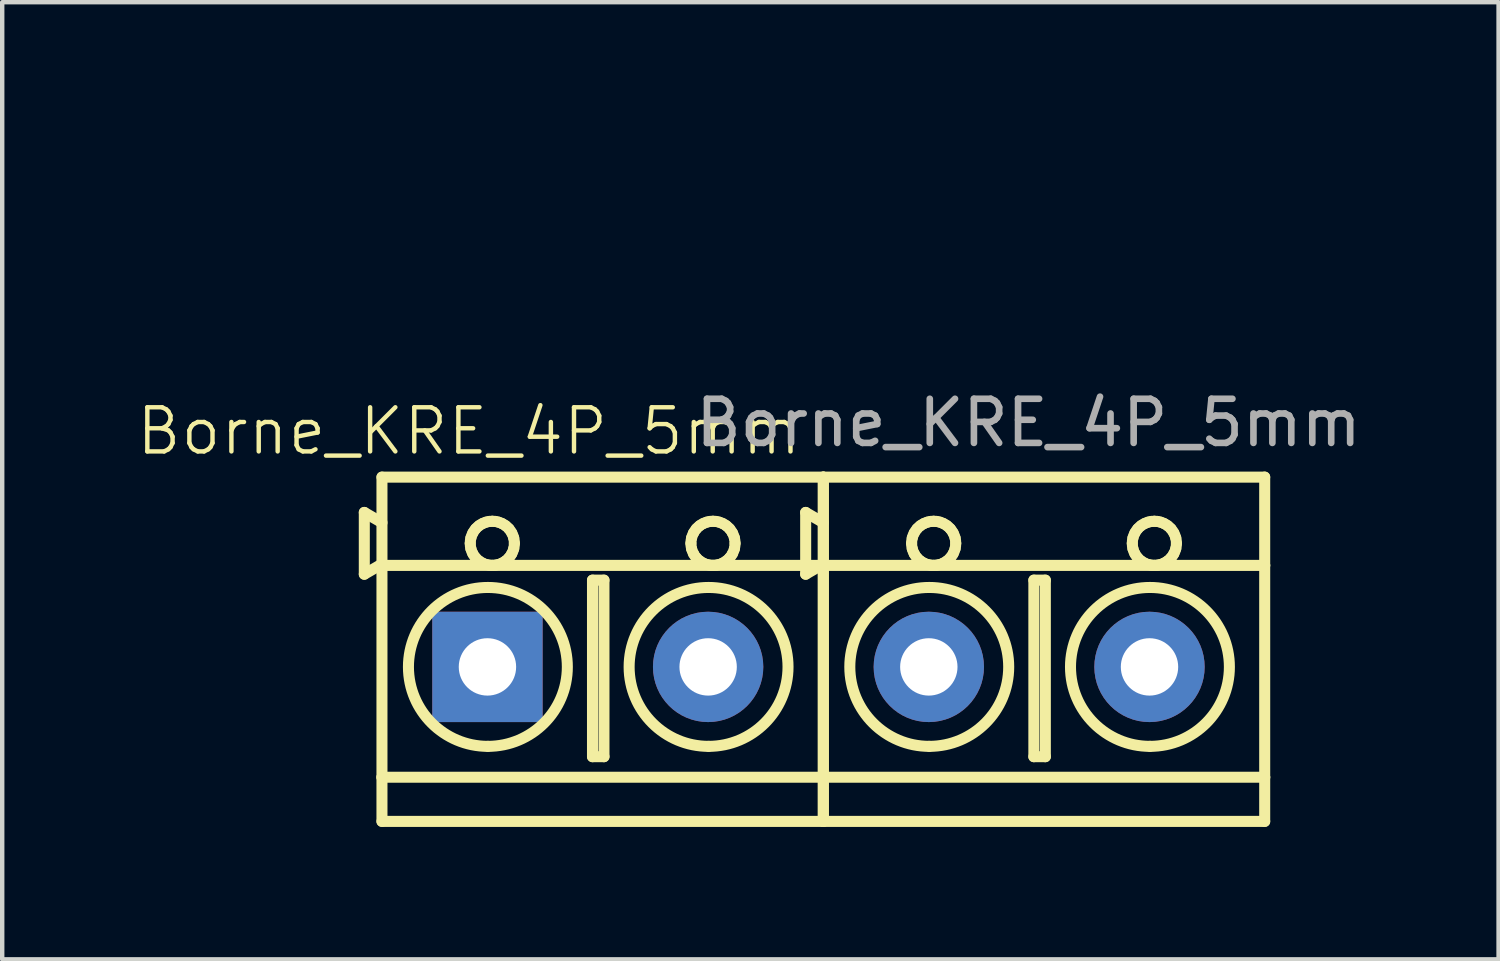
<source format=kicad_pcb>
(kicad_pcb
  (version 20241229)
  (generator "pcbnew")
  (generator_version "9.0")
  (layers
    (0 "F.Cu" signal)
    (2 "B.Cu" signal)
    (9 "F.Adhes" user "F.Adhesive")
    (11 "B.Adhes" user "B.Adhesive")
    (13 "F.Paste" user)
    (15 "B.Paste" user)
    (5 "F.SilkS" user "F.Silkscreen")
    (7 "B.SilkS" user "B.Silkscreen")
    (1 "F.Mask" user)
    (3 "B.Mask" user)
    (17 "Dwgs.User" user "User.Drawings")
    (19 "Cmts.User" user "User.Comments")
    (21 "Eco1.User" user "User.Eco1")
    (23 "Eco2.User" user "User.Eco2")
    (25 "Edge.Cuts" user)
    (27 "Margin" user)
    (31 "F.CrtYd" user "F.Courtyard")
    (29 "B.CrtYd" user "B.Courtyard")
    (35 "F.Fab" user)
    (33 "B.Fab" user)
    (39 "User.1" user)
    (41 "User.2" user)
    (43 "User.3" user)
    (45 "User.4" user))
  (footprint "Borne_KRE_4P_5mm"
    (layer "F.Cu")
    (at 0.784 0.25)
    (property "Reference" "Borne_KRE_4P_5mm" (at 6.79 6.47 0) (unlocked yes) (layer "F.SilkS") (effects (font (size 1 1) (thickness 0.1))))
    (attr through_hole)
    (fp_line (start 4.42 8.31) (end 4.82 8.541) (stroke (width 0.25) (type solid)) (layer "F.SilkS"))
    (fp_line (start 4.42 9.71) (end 4.42 8.31) (stroke (width 0.25) (type solid)) (layer "F.SilkS"))
    (fp_line (start 4.82 7.51) (end 14.82 7.51) (stroke (width 0.25) (type solid)) (layer "F.SilkS"))
    (fp_line (start 4.82 9.479) (end 4.42 9.71) (stroke (width 0.25) (type solid)) (layer "F.SilkS"))
    (fp_line (start 4.82 9.51) (end 4.82 7.51) (stroke (width 0.25) (type solid)) (layer "F.SilkS"))
    (fp_line (start 4.82 9.51) (end 7.32 9.51) (stroke (width 0.25) (type solid)) (layer "F.SilkS"))
    (fp_line (start 4.82 14.31) (end 4.82 9.51) (stroke (width 0.25) (type solid)) (layer "F.SilkS"))
    (fp_line (start 4.82 14.31) (end 14.82 14.31) (stroke (width 0.25) (type solid)) (layer "F.SilkS"))
    (fp_line (start 4.82 15.31) (end 4.82 14.31) (stroke (width 0.25) (type solid)) (layer "F.SilkS"))
    (fp_line (start 4.82 15.31) (end 14.82 15.31) (stroke (width 0.25) (type solid)) (layer "F.SilkS"))
    (fp_line (start 7.32 9.51) (end 12.32 9.51) (stroke (width 0.25) (type solid)) (layer "F.SilkS"))
    (fp_line (start 9.59 9.844) (end 9.59 13.844) (stroke (width 0.25) (type solid)) (layer "F.SilkS"))
    (fp_line (start 9.59 13.844) (end 9.85 13.844) (stroke (width 0.25) (type solid)) (layer "F.SilkS"))
    (fp_line (start 9.85 9.844) (end 9.59 9.844) (stroke (width 0.25) (type solid)) (layer "F.SilkS"))
    (fp_line (start 9.85 13.844) (end 9.85 9.844) (stroke (width 0.25) (type solid)) (layer "F.SilkS"))
    (fp_line (start 12.32 9.51) (end 14.82 9.51) (stroke (width 0.25) (type solid)) (layer "F.SilkS"))
    (fp_line (start 14.42 8.31) (end 14.82 8.541) (stroke (width 0.25) (type solid)) (layer "F.SilkS"))
    (fp_line (start 14.42 9.71) (end 14.42 8.31) (stroke (width 0.25) (type solid)) (layer "F.SilkS"))
    (fp_line (start 14.82 7.51) (end 24.82 7.51) (stroke (width 0.25) (type solid)) (layer "F.SilkS"))
    (fp_line (start 14.82 9.479) (end 14.42 9.71) (stroke (width 0.25) (type solid)) (layer "F.SilkS"))
    (fp_line (start 14.82 9.51) (end 14.82 7.51) (stroke (width 0.25) (type solid)) (layer "F.SilkS"))
    (fp_line (start 14.82 9.51) (end 14.82 7.51) (stroke (width 0.25) (type solid)) (layer "F.SilkS"))
    (fp_line (start 14.82 9.51) (end 17.32 9.51) (stroke (width 0.25) (type solid)) (layer "F.SilkS"))
    (fp_line (start 14.82 14.31) (end 14.82 9.51) (stroke (width 0.25) (type solid)) (layer "F.SilkS"))
    (fp_line (start 14.82 14.31) (end 14.82 9.51) (stroke (width 0.25) (type solid)) (layer "F.SilkS"))
    (fp_line (start 14.82 14.31) (end 24.82 14.31) (stroke (width 0.25) (type solid)) (layer "F.SilkS"))
    (fp_line (start 14.82 15.31) (end 14.82 14.31) (stroke (width 0.25) (type solid)) (layer "F.SilkS"))
    (fp_line (start 14.82 15.31) (end 14.82 14.31) (stroke (width 0.25) (type solid)) (layer "F.SilkS"))
    (fp_line (start 14.82 15.31) (end 24.82 15.31) (stroke (width 0.25) (type solid)) (layer "F.SilkS"))
    (fp_line (start 17.32 9.51) (end 22.32 9.51) (stroke (width 0.25) (type solid)) (layer "F.SilkS"))
    (fp_line (start 19.59 9.844) (end 19.59 13.844) (stroke (width 0.25) (type solid)) (layer "F.SilkS"))
    (fp_line (start 19.59 13.844) (end 19.85 13.844) (stroke (width 0.25) (type solid)) (layer "F.SilkS"))
    (fp_line (start 19.85 9.844) (end 19.59 9.844) (stroke (width 0.25) (type solid)) (layer "F.SilkS"))
    (fp_line (start 19.85 13.844) (end 19.85 9.844) (stroke (width 0.25) (type solid)) (layer "F.SilkS"))
    (fp_line (start 22.32 9.51) (end 24.82 9.51) (stroke (width 0.25) (type solid)) (layer "F.SilkS"))
    (fp_line (start 24.82 9.51) (end 24.82 7.51) (stroke (width 0.25) (type solid)) (layer "F.SilkS"))
    (fp_line (start 24.82 14.31) (end 24.82 9.51) (stroke (width 0.25) (type solid)) (layer "F.SilkS"))
    (fp_line (start 24.82 15.31) (end 24.82 14.31) (stroke (width 0.25) (type solid)) (layer "F.SilkS"))
    (fp_arc (start 7.22 10.01) (mid 9.020017 11.81) (end 7.22 13.61) (stroke (width 0.25) (type solid)) (layer "F.SilkS"))
    (fp_arc (start 7.22 13.61) (mid 5.420017 11.81) (end 7.22 10.01) (stroke (width 0.25) (type solid)) (layer "F.SilkS"))
    (fp_arc (start 12.22 10.01) (mid 14.02 11.81) (end 12.22 13.61) (stroke (width 0.25) (type solid)) (layer "F.SilkS"))
    (fp_arc (start 12.22 13.61) (mid 10.419997 11.81) (end 12.22 10.01) (stroke (width 0.25) (type solid)) (layer "F.SilkS"))
    (fp_arc (start 17.22 10.01) (mid 19.020017 11.81) (end 17.22 13.61) (stroke (width 0.25) (type solid)) (layer "F.SilkS"))
    (fp_arc (start 17.22 13.61) (mid 15.420017 11.81) (end 17.22 10.01) (stroke (width 0.25) (type solid)) (layer "F.SilkS"))
    (fp_arc (start 22.22 10.01) (mid 24.02 11.81) (end 22.22 13.61) (stroke (width 0.25) (type solid)) (layer "F.SilkS"))
    (fp_arc (start 22.22 13.61) (mid 20.419997 11.81) (end 22.22 10.01) (stroke (width 0.25) (type solid)) (layer "F.SilkS"))
    (fp_curve (pts (xy 6.82 9.01) (xy 6.82 8.969) (xy 6.825 8.928) (xy 6.835 8.887)) (stroke (width 0.25) (type solid)) (layer "F.SilkS"))
    (fp_curve (pts (xy 6.835 8.887) (xy 6.845 8.849) (xy 6.859 8.811) (xy 6.879 8.775)) (stroke (width 0.25) (type solid)) (layer "F.SilkS"))
    (fp_curve (pts (xy 6.835 9.133) (xy 6.825 9.092) (xy 6.82 9.051) (xy 6.82 9.01)) (stroke (width 0.25) (type solid)) (layer "F.SilkS"))
    (fp_curve (pts (xy 6.879 8.775) (xy 6.896 8.743) (xy 6.917 8.711) (xy 6.943 8.681)) (stroke (width 0.25) (type solid)) (layer "F.SilkS"))
    (fp_curve (pts (xy 6.879 9.245) (xy 6.859 9.209) (xy 6.845 9.171) (xy 6.835 9.133)) (stroke (width 0.25) (type solid)) (layer "F.SilkS"))
    (fp_curve (pts (xy 6.943 8.681) (xy 6.965 8.656) (xy 6.99 8.632) (xy 7.02 8.61)) (stroke (width 0.25) (type solid)) (layer "F.SilkS"))
    (fp_curve (pts (xy 6.943 9.339) (xy 6.917 9.309) (xy 6.896 9.277) (xy 6.879 9.245)) (stroke (width 0.25) (type solid)) (layer "F.SilkS"))
    (fp_curve (pts (xy 7.02 8.61) (xy 7.044 8.592) (xy 7.071 8.575) (xy 7.101 8.561)) (stroke (width 0.25) (type solid)) (layer "F.SilkS"))
    (fp_curve (pts (xy 7.02 9.41) (xy 6.99 9.388) (xy 6.965 9.364) (xy 6.943 9.339)) (stroke (width 0.25) (type solid)) (layer "F.SilkS"))
    (fp_curve (pts (xy 7.101 8.561) (xy 7.125 8.549) (xy 7.151 8.538) (xy 7.18 8.53)) (stroke (width 0.25) (type solid)) (layer "F.SilkS"))
    (fp_curve (pts (xy 7.101 9.459) (xy 7.071 9.445) (xy 7.044 9.428) (xy 7.02 9.41)) (stroke (width 0.25) (type solid)) (layer "F.SilkS"))
    (fp_curve (pts (xy 7.18 8.53) (xy 7.203 8.523) (xy 7.228 8.518) (xy 7.254 8.514)) (stroke (width 0.25) (type solid)) (layer "F.SilkS"))
    (fp_curve (pts (xy 7.18 9.49) (xy 7.151 9.482) (xy 7.125 9.471) (xy 7.101 9.459)) (stroke (width 0.25) (type solid)) (layer "F.SilkS"))
    (fp_curve (pts (xy 7.254 8.514) (xy 7.275 8.512) (xy 7.298 8.511) (xy 7.32 8.51)) (stroke (width 0.25) (type solid)) (layer "F.SilkS"))
    (fp_curve (pts (xy 7.254 9.506) (xy 7.228 9.502) (xy 7.203 9.497) (xy 7.18 9.49)) (stroke (width 0.25) (type solid)) (layer "F.SilkS"))
    (fp_curve (pts (xy 7.32 8.51) (xy 7.342 8.511) (xy 7.365 8.512) (xy 7.386 8.514)) (stroke (width 0.25) (type solid)) (layer "F.SilkS"))
    (fp_curve (pts (xy 7.32 9.51) (xy 7.298 9.509) (xy 7.275 9.508) (xy 7.254 9.506)) (stroke (width 0.25) (type solid)) (layer "F.SilkS"))
    (fp_curve (pts (xy 7.386 8.514) (xy 7.412 8.518) (xy 7.437 8.523) (xy 7.46 8.53)) (stroke (width 0.25) (type solid)) (layer "F.SilkS"))
    (fp_curve (pts (xy 7.386 9.506) (xy 7.365 9.508) (xy 7.342 9.509) (xy 7.32 9.51)) (stroke (width 0.25) (type solid)) (layer "F.SilkS"))
    (fp_curve (pts (xy 7.46 8.53) (xy 7.489 8.538) (xy 7.515 8.549) (xy 7.539 8.561)) (stroke (width 0.25) (type solid)) (layer "F.SilkS"))
    (fp_curve (pts (xy 7.46 9.49) (xy 7.437 9.497) (xy 7.412 9.502) (xy 7.386 9.506)) (stroke (width 0.25) (type solid)) (layer "F.SilkS"))
    (fp_curve (pts (xy 7.539 8.561) (xy 7.569 8.575) (xy 7.596 8.592) (xy 7.62 8.61)) (stroke (width 0.25) (type solid)) (layer "F.SilkS"))
    (fp_curve (pts (xy 7.539 9.459) (xy 7.515 9.471) (xy 7.489 9.482) (xy 7.46 9.49)) (stroke (width 0.25) (type solid)) (layer "F.SilkS"))
    (fp_curve (pts (xy 7.62 8.61) (xy 7.65 8.632) (xy 7.675 8.656) (xy 7.697 8.681)) (stroke (width 0.25) (type solid)) (layer "F.SilkS"))
    (fp_curve (pts (xy 7.62 9.41) (xy 7.596 9.428) (xy 7.569 9.445) (xy 7.539 9.459)) (stroke (width 0.25) (type solid)) (layer "F.SilkS"))
    (fp_curve (pts (xy 7.697 8.681) (xy 7.723 8.711) (xy 7.744 8.743) (xy 7.761 8.775)) (stroke (width 0.25) (type solid)) (layer "F.SilkS"))
    (fp_curve (pts (xy 7.697 9.339) (xy 7.675 9.364) (xy 7.65 9.388) (xy 7.62 9.41)) (stroke (width 0.25) (type solid)) (layer "F.SilkS"))
    (fp_curve (pts (xy 7.761 8.775) (xy 7.781 8.811) (xy 7.795 8.849) (xy 7.805 8.887)) (stroke (width 0.25) (type solid)) (layer "F.SilkS"))
    (fp_curve (pts (xy 7.761 9.245) (xy 7.744 9.277) (xy 7.723 9.309) (xy 7.697 9.339)) (stroke (width 0.25) (type solid)) (layer "F.SilkS"))
    (fp_curve (pts (xy 7.805 8.887) (xy 7.815 8.928) (xy 7.82 8.969) (xy 7.82 9.01)) (stroke (width 0.25) (type solid)) (layer "F.SilkS"))
    (fp_curve (pts (xy 7.805 9.133) (xy 7.795 9.171) (xy 7.781 9.209) (xy 7.761 9.245)) (stroke (width 0.25) (type solid)) (layer "F.SilkS"))
    (fp_curve (pts (xy 7.82 9.01) (xy 7.82 9.051) (xy 7.815 9.092) (xy 7.805 9.133)) (stroke (width 0.25) (type solid)) (layer "F.SilkS"))
    (fp_curve (pts (xy 11.82 9.01) (xy 11.82 8.969) (xy 11.825 8.928) (xy 11.835 8.887)) (stroke (width 0.25) (type solid)) (layer "F.SilkS"))
    (fp_curve (pts (xy 11.835 8.887) (xy 11.845 8.849) (xy 11.859 8.811) (xy 11.879 8.775)) (stroke (width 0.25) (type solid)) (layer "F.SilkS"))
    (fp_curve (pts (xy 11.835 9.133) (xy 11.825 9.092) (xy 11.82 9.051) (xy 11.82 9.01)) (stroke (width 0.25) (type solid)) (layer "F.SilkS"))
    (fp_curve (pts (xy 11.879 8.775) (xy 11.896 8.743) (xy 11.917 8.711) (xy 11.943 8.681)) (stroke (width 0.25) (type solid)) (layer "F.SilkS"))
    (fp_curve (pts (xy 11.879 9.245) (xy 11.859 9.209) (xy 11.845 9.171) (xy 11.835 9.133)) (stroke (width 0.25) (type solid)) (layer "F.SilkS"))
    (fp_curve (pts (xy 11.943 8.681) (xy 11.965 8.656) (xy 11.99 8.632) (xy 12.02 8.61)) (stroke (width 0.25) (type solid)) (layer "F.SilkS"))
    (fp_curve (pts (xy 11.943 9.339) (xy 11.917 9.309) (xy 11.896 9.277) (xy 11.879 9.245)) (stroke (width 0.25) (type solid)) (layer "F.SilkS"))
    (fp_curve (pts (xy 12.02 8.61) (xy 12.044 8.592) (xy 12.071 8.575) (xy 12.101 8.561)) (stroke (width 0.25) (type solid)) (layer "F.SilkS"))
    (fp_curve (pts (xy 12.02 9.41) (xy 11.99 9.388) (xy 11.965 9.364) (xy 11.943 9.339)) (stroke (width 0.25) (type solid)) (layer "F.SilkS"))
    (fp_curve (pts (xy 12.101 8.561) (xy 12.125 8.549) (xy 12.151 8.538) (xy 12.18 8.53)) (stroke (width 0.25) (type solid)) (layer "F.SilkS"))
    (fp_curve (pts (xy 12.101 9.459) (xy 12.071 9.445) (xy 12.044 9.428) (xy 12.02 9.41)) (stroke (width 0.25) (type solid)) (layer "F.SilkS"))
    (fp_curve (pts (xy 12.18 8.53) (xy 12.203 8.523) (xy 12.228 8.518) (xy 12.254 8.514)) (stroke (width 0.25) (type solid)) (layer "F.SilkS"))
    (fp_curve (pts (xy 12.18 9.49) (xy 12.151 9.482) (xy 12.125 9.471) (xy 12.101 9.459)) (stroke (width 0.25) (type solid)) (layer "F.SilkS"))
    (fp_curve (pts (xy 12.254 8.514) (xy 12.275 8.512) (xy 12.298 8.511) (xy 12.32 8.51)) (stroke (width 0.25) (type solid)) (layer "F.SilkS"))
    (fp_curve (pts (xy 12.254 9.506) (xy 12.228 9.502) (xy 12.203 9.497) (xy 12.18 9.49)) (stroke (width 0.25) (type solid)) (layer "F.SilkS"))
    (fp_curve (pts (xy 12.32 8.51) (xy 12.342 8.511) (xy 12.365 8.512) (xy 12.386 8.514)) (stroke (width 0.25) (type solid)) (layer "F.SilkS"))
    (fp_curve (pts (xy 12.32 9.51) (xy 12.298 9.509) (xy 12.275 9.508) (xy 12.254 9.506)) (stroke (width 0.25) (type solid)) (layer "F.SilkS"))
    (fp_curve (pts (xy 12.386 8.514) (xy 12.412 8.518) (xy 12.437 8.523) (xy 12.46 8.53)) (stroke (width 0.25) (type solid)) (layer "F.SilkS"))
    (fp_curve (pts (xy 12.386 9.506) (xy 12.365 9.508) (xy 12.342 9.509) (xy 12.32 9.51)) (stroke (width 0.25) (type solid)) (layer "F.SilkS"))
    (fp_curve (pts (xy 12.46 8.53) (xy 12.489 8.538) (xy 12.515 8.549) (xy 12.539 8.561)) (stroke (width 0.25) (type solid)) (layer "F.SilkS"))
    (fp_curve (pts (xy 12.46 9.49) (xy 12.437 9.497) (xy 12.412 9.502) (xy 12.386 9.506)) (stroke (width 0.25) (type solid)) (layer "F.SilkS"))
    (fp_curve (pts (xy 12.539 8.561) (xy 12.569 8.575) (xy 12.596 8.592) (xy 12.62 8.61)) (stroke (width 0.25) (type solid)) (layer "F.SilkS"))
    (fp_curve (pts (xy 12.539 9.459) (xy 12.515 9.471) (xy 12.489 9.482) (xy 12.46 9.49)) (stroke (width 0.25) (type solid)) (layer "F.SilkS"))
    (fp_curve (pts (xy 12.62 8.61) (xy 12.65 8.632) (xy 12.675 8.656) (xy 12.697 8.681)) (stroke (width 0.25) (type solid)) (layer "F.SilkS"))
    (fp_curve (pts (xy 12.62 9.41) (xy 12.596 9.428) (xy 12.569 9.445) (xy 12.539 9.459)) (stroke (width 0.25) (type solid)) (layer "F.SilkS"))
    (fp_curve (pts (xy 12.697 8.681) (xy 12.723 8.711) (xy 12.744 8.743) (xy 12.761 8.775)) (stroke (width 0.25) (type solid)) (layer "F.SilkS"))
    (fp_curve (pts (xy 12.697 9.339) (xy 12.675 9.364) (xy 12.65 9.388) (xy 12.62 9.41)) (stroke (width 0.25) (type solid)) (layer "F.SilkS"))
    (fp_curve (pts (xy 12.761 8.775) (xy 12.781 8.811) (xy 12.795 8.849) (xy 12.805 8.887)) (stroke (width 0.25) (type solid)) (layer "F.SilkS"))
    (fp_curve (pts (xy 12.761 9.245) (xy 12.744 9.277) (xy 12.723 9.309) (xy 12.697 9.339)) (stroke (width 0.25) (type solid)) (layer "F.SilkS"))
    (fp_curve (pts (xy 12.805 8.887) (xy 12.815 8.928) (xy 12.82 8.969) (xy 12.82 9.01)) (stroke (width 0.25) (type solid)) (layer "F.SilkS"))
    (fp_curve (pts (xy 12.805 9.133) (xy 12.795 9.171) (xy 12.781 9.209) (xy 12.761 9.245)) (stroke (width 0.25) (type solid)) (layer "F.SilkS"))
    (fp_curve (pts (xy 12.82 9.01) (xy 12.82 9.051) (xy 12.815 9.092) (xy 12.805 9.133)) (stroke (width 0.25) (type solid)) (layer "F.SilkS"))
    (fp_curve (pts (xy 16.82 9.01) (xy 16.82 8.969) (xy 16.825 8.928) (xy 16.835 8.887)) (stroke (width 0.25) (type solid)) (layer "F.SilkS"))
    (fp_curve (pts (xy 16.835 8.887) (xy 16.845 8.849) (xy 16.859 8.811) (xy 16.879 8.775)) (stroke (width 0.25) (type solid)) (layer "F.SilkS"))
    (fp_curve (pts (xy 16.835 9.133) (xy 16.825 9.092) (xy 16.82 9.051) (xy 16.82 9.01)) (stroke (width 0.25) (type solid)) (layer "F.SilkS"))
    (fp_curve (pts (xy 16.879 8.775) (xy 16.896 8.743) (xy 16.917 8.711) (xy 16.943 8.681)) (stroke (width 0.25) (type solid)) (layer "F.SilkS"))
    (fp_curve (pts (xy 16.879 9.245) (xy 16.859 9.209) (xy 16.845 9.171) (xy 16.835 9.133)) (stroke (width 0.25) (type solid)) (layer "F.SilkS"))
    (fp_curve (pts (xy 16.943 8.681) (xy 16.965 8.656) (xy 16.99 8.632) (xy 17.02 8.61)) (stroke (width 0.25) (type solid)) (layer "F.SilkS"))
    (fp_curve (pts (xy 16.943 9.339) (xy 16.917 9.309) (xy 16.896 9.277) (xy 16.879 9.245)) (stroke (width 0.25) (type solid)) (layer "F.SilkS"))
    (fp_curve (pts (xy 17.02 8.61) (xy 17.044 8.592) (xy 17.071 8.575) (xy 17.101 8.561)) (stroke (width 0.25) (type solid)) (layer "F.SilkS"))
    (fp_curve (pts (xy 17.02 9.41) (xy 16.99 9.388) (xy 16.965 9.364) (xy 16.943 9.339)) (stroke (width 0.25) (type solid)) (layer "F.SilkS"))
    (fp_curve (pts (xy 17.101 8.561) (xy 17.125 8.549) (xy 17.151 8.538) (xy 17.18 8.53)) (stroke (width 0.25) (type solid)) (layer "F.SilkS"))
    (fp_curve (pts (xy 17.101 9.459) (xy 17.071 9.445) (xy 17.044 9.428) (xy 17.02 9.41)) (stroke (width 0.25) (type solid)) (layer "F.SilkS"))
    (fp_curve (pts (xy 17.18 8.53) (xy 17.203 8.523) (xy 17.228 8.518) (xy 17.254 8.514)) (stroke (width 0.25) (type solid)) (layer "F.SilkS"))
    (fp_curve (pts (xy 17.18 9.49) (xy 17.151 9.482) (xy 17.125 9.471) (xy 17.101 9.459)) (stroke (width 0.25) (type solid)) (layer "F.SilkS"))
    (fp_curve (pts (xy 17.254 8.514) (xy 17.275 8.512) (xy 17.298 8.511) (xy 17.32 8.51)) (stroke (width 0.25) (type solid)) (layer "F.SilkS"))
    (fp_curve (pts (xy 17.254 9.506) (xy 17.228 9.502) (xy 17.203 9.497) (xy 17.18 9.49)) (stroke (width 0.25) (type solid)) (layer "F.SilkS"))
    (fp_curve (pts (xy 17.32 8.51) (xy 17.342 8.511) (xy 17.365 8.512) (xy 17.386 8.514)) (stroke (width 0.25) (type solid)) (layer "F.SilkS"))
    (fp_curve (pts (xy 17.32 9.51) (xy 17.298 9.509) (xy 17.275 9.508) (xy 17.254 9.506)) (stroke (width 0.25) (type solid)) (layer "F.SilkS"))
    (fp_curve (pts (xy 17.386 8.514) (xy 17.412 8.518) (xy 17.437 8.523) (xy 17.46 8.53)) (stroke (width 0.25) (type solid)) (layer "F.SilkS"))
    (fp_curve (pts (xy 17.386 9.506) (xy 17.365 9.508) (xy 17.342 9.509) (xy 17.32 9.51)) (stroke (width 0.25) (type solid)) (layer "F.SilkS"))
    (fp_curve (pts (xy 17.46 8.53) (xy 17.489 8.538) (xy 17.515 8.549) (xy 17.539 8.561)) (stroke (width 0.25) (type solid)) (layer "F.SilkS"))
    (fp_curve (pts (xy 17.46 9.49) (xy 17.437 9.497) (xy 17.412 9.502) (xy 17.386 9.506)) (stroke (width 0.25) (type solid)) (layer "F.SilkS"))
    (fp_curve (pts (xy 17.539 8.561) (xy 17.569 8.575) (xy 17.596 8.592) (xy 17.62 8.61)) (stroke (width 0.25) (type solid)) (layer "F.SilkS"))
    (fp_curve (pts (xy 17.539 9.459) (xy 17.515 9.471) (xy 17.489 9.482) (xy 17.46 9.49)) (stroke (width 0.25) (type solid)) (layer "F.SilkS"))
    (fp_curve (pts (xy 17.62 8.61) (xy 17.65 8.632) (xy 17.675 8.656) (xy 17.697 8.681)) (stroke (width 0.25) (type solid)) (layer "F.SilkS"))
    (fp_curve (pts (xy 17.62 9.41) (xy 17.596 9.428) (xy 17.569 9.445) (xy 17.539 9.459)) (stroke (width 0.25) (type solid)) (layer "F.SilkS"))
    (fp_curve (pts (xy 17.697 8.681) (xy 17.723 8.711) (xy 17.744 8.743) (xy 17.761 8.775)) (stroke (width 0.25) (type solid)) (layer "F.SilkS"))
    (fp_curve (pts (xy 17.697 9.339) (xy 17.675 9.364) (xy 17.65 9.388) (xy 17.62 9.41)) (stroke (width 0.25) (type solid)) (layer "F.SilkS"))
    (fp_curve (pts (xy 17.761 8.775) (xy 17.781 8.811) (xy 17.795 8.849) (xy 17.805 8.887)) (stroke (width 0.25) (type solid)) (layer "F.SilkS"))
    (fp_curve (pts (xy 17.761 9.245) (xy 17.744 9.277) (xy 17.723 9.309) (xy 17.697 9.339)) (stroke (width 0.25) (type solid)) (layer "F.SilkS"))
    (fp_curve (pts (xy 17.805 8.887) (xy 17.815 8.928) (xy 17.82 8.969) (xy 17.82 9.01)) (stroke (width 0.25) (type solid)) (layer "F.SilkS"))
    (fp_curve (pts (xy 17.805 9.133) (xy 17.795 9.171) (xy 17.781 9.209) (xy 17.761 9.245)) (stroke (width 0.25) (type solid)) (layer "F.SilkS"))
    (fp_curve (pts (xy 17.82 9.01) (xy 17.82 9.051) (xy 17.815 9.092) (xy 17.805 9.133)) (stroke (width 0.25) (type solid)) (layer "F.SilkS"))
    (fp_curve (pts (xy 21.82 9.01) (xy 21.82 8.969) (xy 21.825 8.928) (xy 21.835 8.887)) (stroke (width 0.25) (type solid)) (layer "F.SilkS"))
    (fp_curve (pts (xy 21.835 8.887) (xy 21.845 8.849) (xy 21.859 8.811) (xy 21.879 8.775)) (stroke (width 0.25) (type solid)) (layer "F.SilkS"))
    (fp_curve (pts (xy 21.835 9.133) (xy 21.825 9.092) (xy 21.82 9.051) (xy 21.82 9.01)) (stroke (width 0.25) (type solid)) (layer "F.SilkS"))
    (fp_curve (pts (xy 21.879 8.775) (xy 21.896 8.743) (xy 21.917 8.711) (xy 21.943 8.681)) (stroke (width 0.25) (type solid)) (layer "F.SilkS"))
    (fp_curve (pts (xy 21.879 9.245) (xy 21.859 9.209) (xy 21.845 9.171) (xy 21.835 9.133)) (stroke (width 0.25) (type solid)) (layer "F.SilkS"))
    (fp_curve (pts (xy 21.943 8.681) (xy 21.965 8.656) (xy 21.99 8.632) (xy 22.02 8.61)) (stroke (width 0.25) (type solid)) (layer "F.SilkS"))
    (fp_curve (pts (xy 21.943 9.339) (xy 21.917 9.309) (xy 21.896 9.277) (xy 21.879 9.245)) (stroke (width 0.25) (type solid)) (layer "F.SilkS"))
    (fp_curve (pts (xy 22.02 8.61) (xy 22.044 8.592) (xy 22.071 8.575) (xy 22.101 8.561)) (stroke (width 0.25) (type solid)) (layer "F.SilkS"))
    (fp_curve (pts (xy 22.02 9.41) (xy 21.99 9.388) (xy 21.965 9.364) (xy 21.943 9.339)) (stroke (width 0.25) (type solid)) (layer "F.SilkS"))
    (fp_curve (pts (xy 22.101 8.561) (xy 22.125 8.549) (xy 22.151 8.538) (xy 22.18 8.53)) (stroke (width 0.25) (type solid)) (layer "F.SilkS"))
    (fp_curve (pts (xy 22.101 9.459) (xy 22.071 9.445) (xy 22.044 9.428) (xy 22.02 9.41)) (stroke (width 0.25) (type solid)) (layer "F.SilkS"))
    (fp_curve (pts (xy 22.18 8.53) (xy 22.203 8.523) (xy 22.228 8.518) (xy 22.254 8.514)) (stroke (width 0.25) (type solid)) (layer "F.SilkS"))
    (fp_curve (pts (xy 22.18 9.49) (xy 22.151 9.482) (xy 22.125 9.471) (xy 22.101 9.459)) (stroke (width 0.25) (type solid)) (layer "F.SilkS"))
    (fp_curve (pts (xy 22.254 8.514) (xy 22.275 8.512) (xy 22.298 8.511) (xy 22.32 8.51)) (stroke (width 0.25) (type solid)) (layer "F.SilkS"))
    (fp_curve (pts (xy 22.254 9.506) (xy 22.228 9.502) (xy 22.203 9.497) (xy 22.18 9.49)) (stroke (width 0.25) (type solid)) (layer "F.SilkS"))
    (fp_curve (pts (xy 22.32 8.51) (xy 22.342 8.511) (xy 22.365 8.512) (xy 22.386 8.514)) (stroke (width 0.25) (type solid)) (layer "F.SilkS"))
    (fp_curve (pts (xy 22.32 9.51) (xy 22.298 9.509) (xy 22.275 9.508) (xy 22.254 9.506)) (stroke (width 0.25) (type solid)) (layer "F.SilkS"))
    (fp_curve (pts (xy 22.386 8.514) (xy 22.412 8.518) (xy 22.437 8.523) (xy 22.46 8.53)) (stroke (width 0.25) (type solid)) (layer "F.SilkS"))
    (fp_curve (pts (xy 22.386 9.506) (xy 22.365 9.508) (xy 22.342 9.509) (xy 22.32 9.51)) (stroke (width 0.25) (type solid)) (layer "F.SilkS"))
    (fp_curve (pts (xy 22.46 8.53) (xy 22.489 8.538) (xy 22.515 8.549) (xy 22.539 8.561)) (stroke (width 0.25) (type solid)) (layer "F.SilkS"))
    (fp_curve (pts (xy 22.46 9.49) (xy 22.437 9.497) (xy 22.412 9.502) (xy 22.386 9.506)) (stroke (width 0.25) (type solid)) (layer "F.SilkS"))
    (fp_curve (pts (xy 22.539 8.561) (xy 22.569 8.575) (xy 22.596 8.592) (xy 22.62 8.61)) (stroke (width 0.25) (type solid)) (layer "F.SilkS"))
    (fp_curve (pts (xy 22.539 9.459) (xy 22.515 9.471) (xy 22.489 9.482) (xy 22.46 9.49)) (stroke (width 0.25) (type solid)) (layer "F.SilkS"))
    (fp_curve (pts (xy 22.62 8.61) (xy 22.65 8.632) (xy 22.675 8.656) (xy 22.697 8.681)) (stroke (width 0.25) (type solid)) (layer "F.SilkS"))
    (fp_curve (pts (xy 22.62 9.41) (xy 22.596 9.428) (xy 22.569 9.445) (xy 22.539 9.459)) (stroke (width 0.25) (type solid)) (layer "F.SilkS"))
    (fp_curve (pts (xy 22.697 8.681) (xy 22.723 8.711) (xy 22.744 8.743) (xy 22.761 8.775)) (stroke (width 0.25) (type solid)) (layer "F.SilkS"))
    (fp_curve (pts (xy 22.697 9.339) (xy 22.675 9.364) (xy 22.65 9.388) (xy 22.62 9.41)) (stroke (width 0.25) (type solid)) (layer "F.SilkS"))
    (fp_curve (pts (xy 22.761 8.775) (xy 22.781 8.811) (xy 22.795 8.849) (xy 22.805 8.887)) (stroke (width 0.25) (type solid)) (layer "F.SilkS"))
    (fp_curve (pts (xy 22.761 9.245) (xy 22.744 9.277) (xy 22.723 9.309) (xy 22.697 9.339)) (stroke (width 0.25) (type solid)) (layer "F.SilkS"))
    (fp_curve (pts (xy 22.805 8.887) (xy 22.815 8.928) (xy 22.82 8.969) (xy 22.82 9.01)) (stroke (width 0.25) (type solid)) (layer "F.SilkS"))
    (fp_curve (pts (xy 22.805 9.133) (xy 22.795 9.171) (xy 22.781 9.209) (xy 22.761 9.245)) (stroke (width 0.25) (type solid)) (layer "F.SilkS"))
    (fp_curve (pts (xy 22.82 9.01) (xy 22.82 9.051) (xy 22.815 9.092) (xy 22.805 9.133)) (stroke (width 0.25) (type solid)) (layer "F.SilkS"))
    (fp_text user "${REFERENCE}" (at 19.47 6.28 0) (unlocked yes) (layer "F.Fab") (effects (font (size 1 1) (thickness 0.15))))
    (pad "1" thru_hole rect (at 7.21 11.81 180) (size 2.5 2.5) (drill 1.3) (layers "*.Cu" "*.Mask"))
    (pad "2" thru_hole circle (at 12.21 11.81 180) (size 2.5 2.5) (drill 1.3) (layers "*.Cu" "*.Mask"))
    (pad "3" thru_hole circle (at 17.21 11.81 180) (size 2.5 2.5) (drill 1.3) (layers "*.Cu" "*.Mask"))
    (pad "4" thru_hole circle (at 22.21 11.81 180) (size 2.5 2.5) (drill 1.3) (layers "*.Cu" "*.Mask")))
  (gr_rect
    (start -3 -3)
    (end 30.903 18.685)
    (stroke (width 0.1) (type default))
    (fill no)
    (layer "Edge.Cuts")))
</source>
